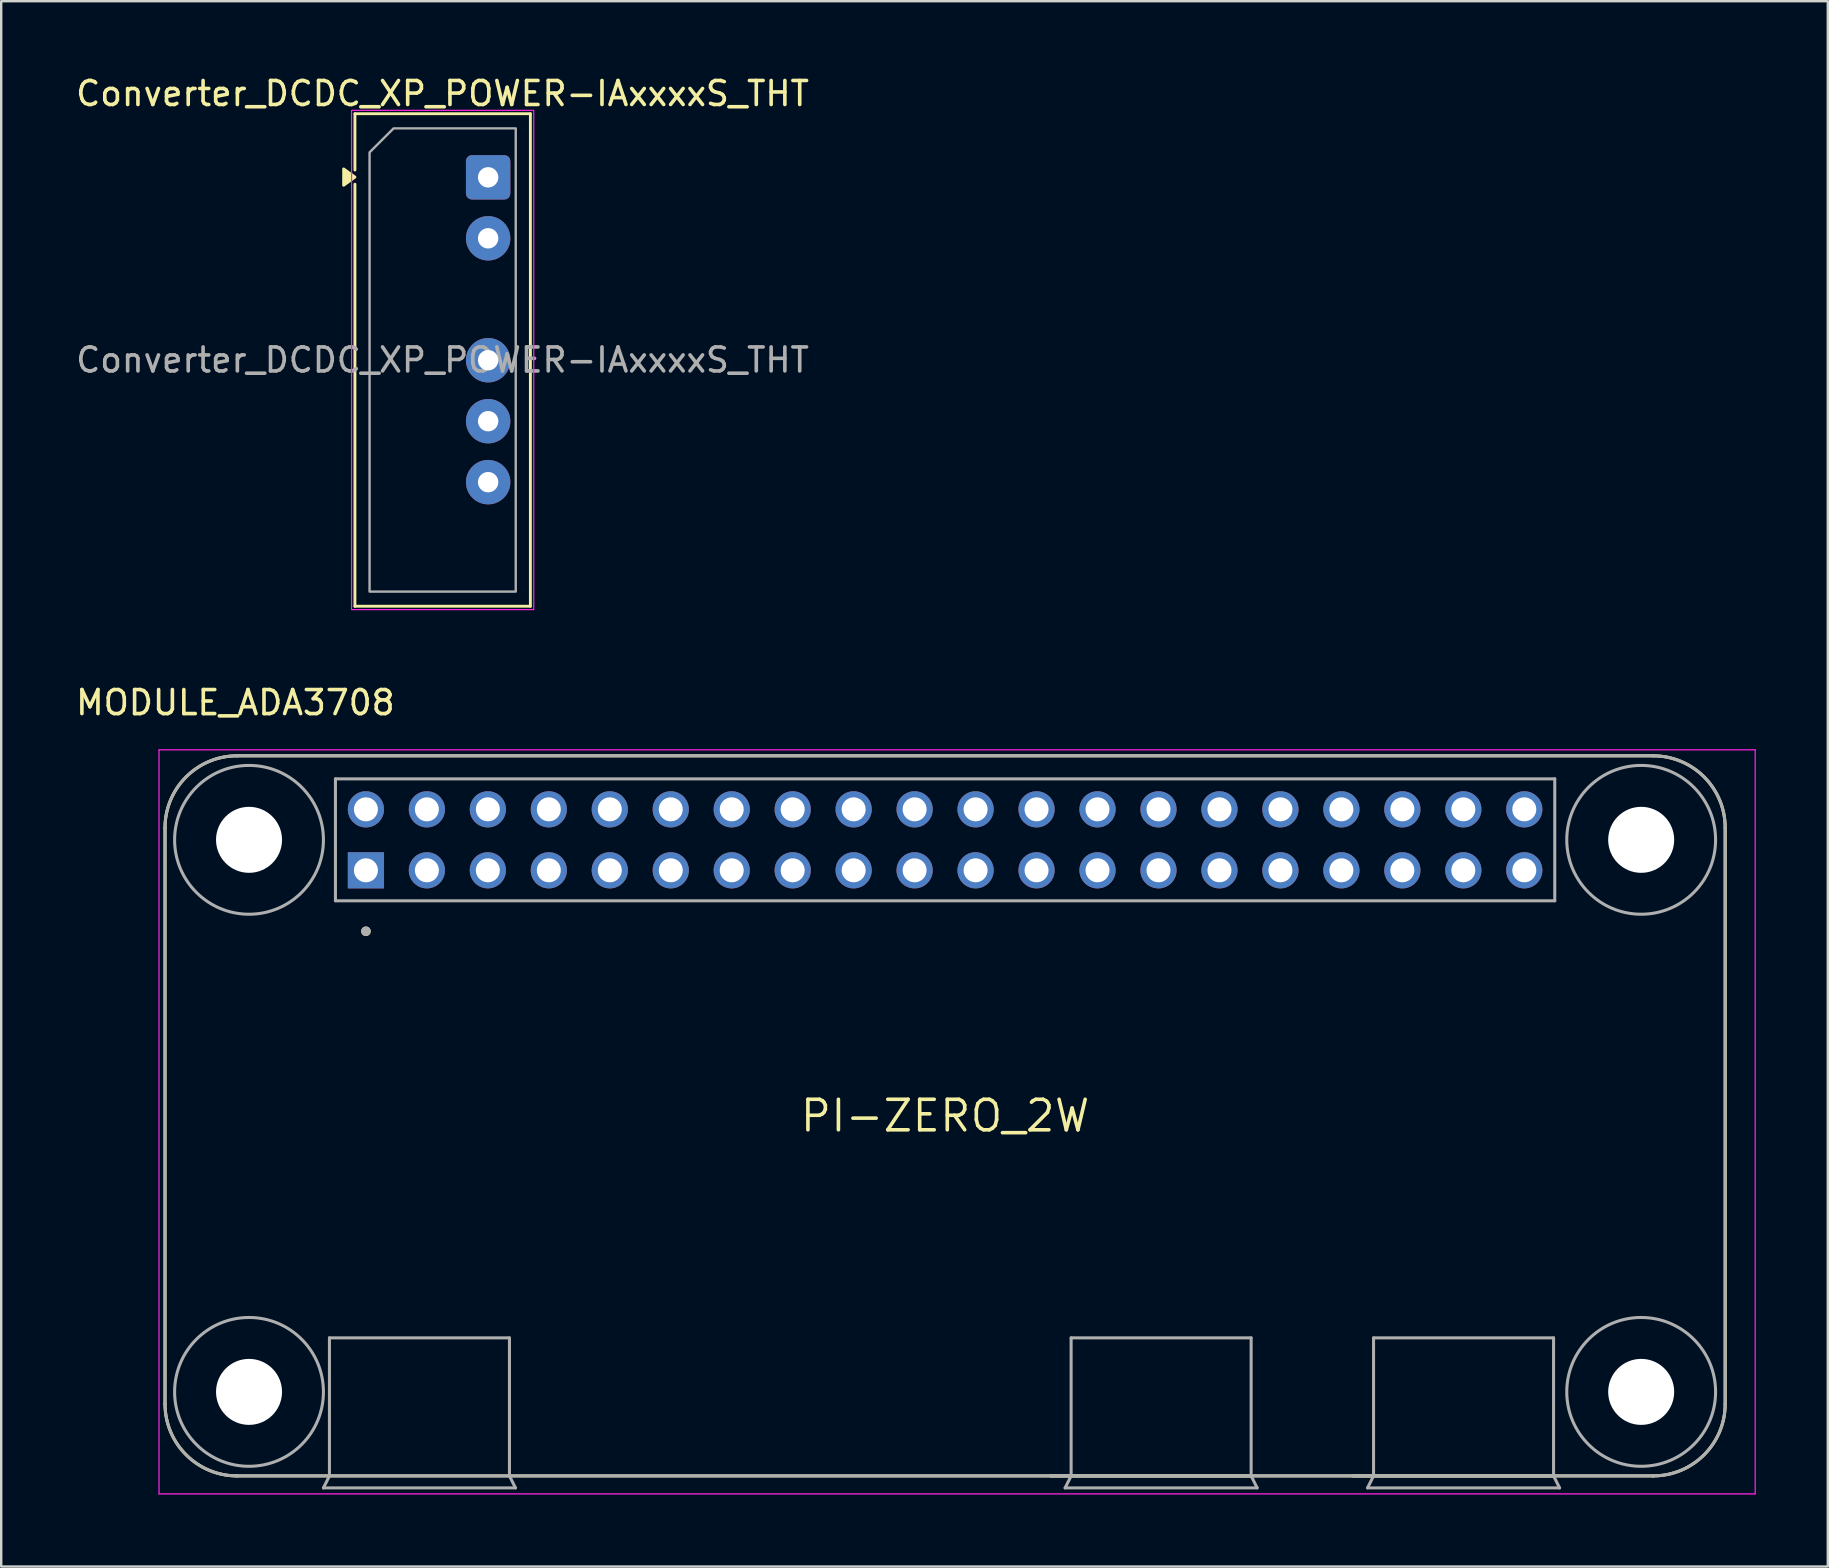
<source format=kicad_pcb>
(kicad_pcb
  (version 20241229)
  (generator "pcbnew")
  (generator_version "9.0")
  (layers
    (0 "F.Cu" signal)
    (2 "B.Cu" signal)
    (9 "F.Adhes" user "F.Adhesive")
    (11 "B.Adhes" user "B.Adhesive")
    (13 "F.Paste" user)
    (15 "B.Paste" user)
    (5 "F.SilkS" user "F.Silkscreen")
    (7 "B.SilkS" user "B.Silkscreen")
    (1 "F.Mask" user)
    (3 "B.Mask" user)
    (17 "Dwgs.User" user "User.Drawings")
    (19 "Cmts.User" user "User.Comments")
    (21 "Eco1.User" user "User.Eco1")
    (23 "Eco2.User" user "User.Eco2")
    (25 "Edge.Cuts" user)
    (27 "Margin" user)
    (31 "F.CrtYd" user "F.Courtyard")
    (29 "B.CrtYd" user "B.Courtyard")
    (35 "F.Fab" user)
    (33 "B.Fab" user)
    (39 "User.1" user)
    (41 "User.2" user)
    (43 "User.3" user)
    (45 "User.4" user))
  (footprint "Converter_DCDC_XP_POWER-IAxxxxS_THT"
    (layer "F.Cu")
    (at 17.037 4.328)
    (property "Reference" "Converter_DCDC_XP_POWER-IAxxxxS_THT" (at -1.65 -3.48 0) (layer "F.SilkS") (effects (font (size 1 1) (thickness 0.15))))
    (attr through_hole)
    (fp_line (start -5.3 -2.64) (end 2.01 -2.64) (stroke (width 0.12) (type solid)) (layer "F.SilkS"))
    (fp_line (start -5.3 -0.296) (end -5.3 -2.64) (stroke (width 0.12) (type solid)) (layer "F.SilkS"))
    (fp_line (start -5.3 17.88) (end -5.3 0.296) (stroke (width 0.12) (type solid)) (layer "F.SilkS"))
    (fp_line (start 2.01 -2.64) (end 2.01 17.88) (stroke (width 0.12) (type solid)) (layer "F.SilkS"))
    (fp_line (start 2.01 17.88) (end -5.3 17.88) (stroke (width 0.12) (type solid)) (layer "F.SilkS"))
    (fp_poly (pts (xy -5.3 0) (xy -5.77 0.34) (xy -5.77 -0.34)) (stroke (width 0.12) (type solid)) (fill yes) (layer "F.SilkS"))
    (fp_rect (start -5.44 -2.78) (end 2.15 18.02) (stroke (width 0.05) (type solid)) (fill no) (layer "F.CrtYd"))
    (fp_poly (pts (xy -4.69 -1.03) (xy -4.69 17.27) (xy 1.4 17.27) (xy 1.4 -2.03) (xy -3.69 -2.03)) (stroke (width 0.1) (type solid)) (fill no) (layer "F.Fab"))
    (fp_text user "${REFERENCE}" (at -1.65 7.62 0) (layer "F.Fab") (effects (font (size 1 1) (thickness 0.15))))
    (pad "1" thru_hole roundrect (at 0.25 0.01) (size 1.85 1.85) (drill 0.85) (layers "*.Cu" "*.Mask") (roundrect_rratio 0.135))
    (pad "2" thru_hole circle (at 0.25 2.55) (size 1.85 1.85) (drill 0.85) (layers "*.Cu" "*.Mask"))
    (pad "4" thru_hole circle (at 0.25 7.63) (size 1.85 1.85) (drill 0.85) (layers "*.Cu" "*.Mask"))
    (pad "5" thru_hole circle (at 0.25 10.17) (size 1.85 1.85) (drill 0.85) (layers "*.Cu" "*.Mask"))
    (pad "6" thru_hole circle (at 0.25 12.71) (size 1.85 1.85) (drill 0.85) (layers "*.Cu" "*.Mask")))
  (footprint "MODULE_ADA3708"
    (layer "F.Cu")
    (at 36.325 43.439)
    (property "Reference" "MODULE_ADA3708" (at -29.569 -17.216 0) (layer "F.SilkS") (effects (font (size 1.002 1.002) (thickness 0.15))))
    (property "Description" "PI-ZERO_2W" (at 0 0 0) (layer "F.SilkS") (effects (font (size 1.27 1.27) (thickness 0.15))))
    (attr through_hole)
    (fp_line (start -32.5 -12) (end -32.5 12) (stroke (width 0.127) (type solid)) (layer "F.SilkS"))
    (fp_line (start -29.5 15) (end 29.5 15) (stroke (width 0.127) (type solid)) (layer "F.SilkS"))
    (fp_line (start 4.4 15) (end 12.75 15) (stroke (width 0.127) (type solid)) (layer "F.SilkS"))
    (fp_line (start 17 15) (end 25.35 15) (stroke (width 0.127) (type solid)) (layer "F.SilkS"))
    (fp_line (start 29.5 -15) (end -29.5 -15) (stroke (width 0.127) (type solid)) (layer "F.SilkS"))
    (fp_line (start 32.5 12) (end 32.5 -12) (stroke (width 0.127) (type solid)) (layer "F.SilkS"))
    (fp_arc (start -32.5 -12) (mid -31.62132 -14.12132) (end -29.5 -15) (stroke (width 0.127) (type solid)) (layer "F.SilkS"))
    (fp_arc (start -29.5 15) (mid -31.62132 14.12132) (end -32.5 12) (stroke (width 0.127) (type solid)) (layer "F.SilkS"))
    (fp_arc (start 29.5 -15) (mid 31.62132 -14.12132) (end 32.5 -12) (stroke (width 0.127) (type solid)) (layer "F.SilkS"))
    (fp_arc (start 32.5 12) (mid 31.62132 14.12132) (end 29.5 15) (stroke (width 0.127) (type solid)) (layer "F.SilkS"))
    (fp_circle (center -24.13 -7.69) (end -24.03 -7.69) (stroke (width 0.2) (type solid)) (fill no) (layer "F.SilkS"))
    (fp_line (start -32.75 -15.25) (end 33.75 -15.25) (stroke (width 0.05) (type solid)) (layer "F.CrtYd"))
    (fp_line (start -32.75 15.75) (end -32.75 -15.25) (stroke (width 0.05) (type solid)) (layer "F.CrtYd"))
    (fp_line (start 33.75 -15.25) (end 33.75 15.75) (stroke (width 0.05) (type solid)) (layer "F.CrtYd"))
    (fp_line (start 33.75 15.75) (end -32.75 15.75) (stroke (width 0.05) (type solid)) (layer "F.CrtYd"))
    (fp_line (start -32.5 -12) (end -32.5 12) (stroke (width 0.127) (type solid)) (layer "F.Fab"))
    (fp_line (start -29.5 15) (end -25.65 15) (stroke (width 0.127) (type solid)) (layer "F.Fab"))
    (fp_line (start -25.9 15.5) (end -17.9 15.5) (stroke (width 0.127) (type solid)) (layer "F.Fab"))
    (fp_line (start -25.65 9.25) (end -18.15 9.25) (stroke (width 0.127) (type solid)) (layer "F.Fab"))
    (fp_line (start -25.65 15) (end -25.9 15.5) (stroke (width 0.127) (type solid)) (layer "F.Fab"))
    (fp_line (start -25.65 15) (end -25.65 9.25) (stroke (width 0.127) (type solid)) (layer "F.Fab"))
    (fp_line (start -25.65 15) (end -18.15 15) (stroke (width 0.127) (type solid)) (layer "F.Fab"))
    (fp_line (start -25.4 -14.04) (end -25.4 -8.96) (stroke (width 0.127) (type solid)) (layer "F.Fab"))
    (fp_line (start -25.4 -8.96) (end 25.4 -8.96) (stroke (width 0.127) (type solid)) (layer "F.Fab"))
    (fp_line (start -18.15 9.25) (end -18.15 15) (stroke (width 0.127) (type solid)) (layer "F.Fab"))
    (fp_line (start -18.15 15) (end 29.5 15) (stroke (width 0.127) (type solid)) (layer "F.Fab"))
    (fp_line (start -17.9 15.5) (end -18.15 15) (stroke (width 0.127) (type solid)) (layer "F.Fab"))
    (fp_line (start 4.4 15) (end 5.25 15) (stroke (width 0.127) (type solid)) (layer "F.Fab"))
    (fp_line (start 5 15.5) (end 13 15.5) (stroke (width 0.127) (type solid)) (layer "F.Fab"))
    (fp_line (start 5.25 9.25) (end 12.75 9.25) (stroke (width 0.127) (type solid)) (layer "F.Fab"))
    (fp_line (start 5.25 15) (end 5 15.5) (stroke (width 0.127) (type solid)) (layer "F.Fab"))
    (fp_line (start 5.25 15) (end 5.25 9.25) (stroke (width 0.127) (type solid)) (layer "F.Fab"))
    (fp_line (start 5.25 15) (end 12.75 15) (stroke (width 0.127) (type solid)) (layer "F.Fab"))
    (fp_line (start 12.75 9.25) (end 12.75 15) (stroke (width 0.127) (type solid)) (layer "F.Fab"))
    (fp_line (start 13 15.5) (end 12.75 15) (stroke (width 0.127) (type solid)) (layer "F.Fab"))
    (fp_line (start 17 15) (end 17.85 15) (stroke (width 0.127) (type solid)) (layer "F.Fab"))
    (fp_line (start 17.6 15.5) (end 25.6 15.5) (stroke (width 0.127) (type solid)) (layer "F.Fab"))
    (fp_line (start 17.85 9.25) (end 25.35 9.25) (stroke (width 0.127) (type solid)) (layer "F.Fab"))
    (fp_line (start 17.85 15) (end 17.6 15.5) (stroke (width 0.127) (type solid)) (layer "F.Fab"))
    (fp_line (start 17.85 15) (end 17.85 9.25) (stroke (width 0.127) (type solid)) (layer "F.Fab"))
    (fp_line (start 17.85 15) (end 25.35 15) (stroke (width 0.127) (type solid)) (layer "F.Fab"))
    (fp_line (start 25.35 9.25) (end 25.35 15) (stroke (width 0.127) (type solid)) (layer "F.Fab"))
    (fp_line (start 25.4 -14.04) (end -25.4 -14.04) (stroke (width 0.127) (type solid)) (layer "F.Fab"))
    (fp_line (start 25.4 -8.96) (end 25.4 -14.04) (stroke (width 0.127) (type solid)) (layer "F.Fab"))
    (fp_line (start 25.6 15.5) (end 25.35 15) (stroke (width 0.127) (type solid)) (layer "F.Fab"))
    (fp_line (start 29.5 -15) (end -29.5 -15) (stroke (width 0.127) (type solid)) (layer "F.Fab"))
    (fp_line (start 32.5 12) (end 32.5 -12) (stroke (width 0.127) (type solid)) (layer "F.Fab"))
    (fp_arc (start -32.5 -12) (mid -31.62132 -14.12132) (end -29.5 -15) (stroke (width 0.127) (type solid)) (layer "F.Fab"))
    (fp_arc (start -29.5 15) (mid -31.62132 14.12132) (end -32.5 12) (stroke (width 0.127) (type solid)) (layer "F.Fab"))
    (fp_arc (start 29.5 -15) (mid 31.62132 -14.12132) (end 32.5 -12) (stroke (width 0.127) (type solid)) (layer "F.Fab"))
    (fp_arc (start 32.5 12) (mid 31.62132 14.12132) (end 29.5 15) (stroke (width 0.127) (type solid)) (layer "F.Fab"))
    (fp_circle (center -29 -11.5) (end -25.9 -11.5) (stroke (width 0.127) (type solid)) (fill no) (layer "F.Fab"))
    (fp_circle (center -29 11.5) (end -25.9 11.5) (stroke (width 0.127) (type solid)) (fill no) (layer "F.Fab"))
    (fp_circle (center -24.13 -7.69) (end -24.03 -7.69) (stroke (width 0.2) (type solid)) (fill no) (layer "F.Fab"))
    (fp_circle (center 29 -11.5) (end 32.1 -11.5) (stroke (width 0.127) (type solid)) (fill no) (layer "F.Fab"))
    (fp_circle (center 29 11.5) (end 32.1 11.5) (stroke (width 0.127) (type solid)) (fill no) (layer "F.Fab"))
    (pad "" np_thru_hole circle (at -29 -11.5) (size 2.75 2.75) (drill 2.75) (layers "*.Cu" "*.Mask"))
    (pad "" np_thru_hole circle (at -29 11.5) (size 2.75 2.75) (drill 2.75) (layers "*.Cu" "*.Mask"))
    (pad "" np_thru_hole circle (at 29 -11.5) (size 2.75 2.75) (drill 2.75) (layers "*.Cu" "*.Mask"))
    (pad "" np_thru_hole circle (at 29 11.5) (size 2.75 2.75) (drill 2.75) (layers "*.Cu" "*.Mask"))
    (pad "1" thru_hole rect (at -24.13 -10.23) (size 1.508 1.508) (drill 1) (layers "*.Cu" "*.Mask"))
    (pad "2" thru_hole circle (at -24.13 -12.77) (size 1.508 1.508) (drill 1) (layers "*.Cu" "*.Mask"))
    (pad "3" thru_hole circle (at -21.59 -10.23) (size 1.508 1.508) (drill 1) (layers "*.Cu" "*.Mask"))
    (pad "4" thru_hole circle (at -21.59 -12.77) (size 1.508 1.508) (drill 1) (layers "*.Cu" "*.Mask"))
    (pad "5" thru_hole circle (at -19.05 -10.23) (size 1.508 1.508) (drill 1) (layers "*.Cu" "*.Mask"))
    (pad "6" thru_hole circle (at -19.05 -12.77) (size 1.508 1.508) (drill 1) (layers "*.Cu" "*.Mask"))
    (pad "7" thru_hole circle (at -16.51 -10.23) (size 1.508 1.508) (drill 1) (layers "*.Cu" "*.Mask"))
    (pad "8" thru_hole circle (at -16.51 -12.77) (size 1.508 1.508) (drill 1) (layers "*.Cu" "*.Mask"))
    (pad "9" thru_hole circle (at -13.97 -10.23) (size 1.508 1.508) (drill 1) (layers "*.Cu" "*.Mask"))
    (pad "10" thru_hole circle (at -13.97 -12.77) (size 1.508 1.508) (drill 1) (layers "*.Cu" "*.Mask"))
    (pad "11" thru_hole circle (at -11.43 -10.23) (size 1.508 1.508) (drill 1) (layers "*.Cu" "*.Mask"))
    (pad "12" thru_hole circle (at -11.43 -12.77) (size 1.508 1.508) (drill 1) (layers "*.Cu" "*.Mask"))
    (pad "13" thru_hole circle (at -8.89 -10.23) (size 1.508 1.508) (drill 1) (layers "*.Cu" "*.Mask"))
    (pad "14" thru_hole circle (at -8.89 -12.77) (size 1.508 1.508) (drill 1) (layers "*.Cu" "*.Mask"))
    (pad "15" thru_hole circle (at -6.35 -10.23) (size 1.508 1.508) (drill 1) (layers "*.Cu" "*.Mask"))
    (pad "16" thru_hole circle (at -6.35 -12.77) (size 1.508 1.508) (drill 1) (layers "*.Cu" "*.Mask"))
    (pad "17" thru_hole circle (at -3.81 -10.23) (size 1.508 1.508) (drill 1) (layers "*.Cu" "*.Mask"))
    (pad "18" thru_hole circle (at -3.81 -12.77) (size 1.508 1.508) (drill 1) (layers "*.Cu" "*.Mask"))
    (pad "19" thru_hole circle (at -1.27 -10.23) (size 1.508 1.508) (drill 1) (layers "*.Cu" "*.Mask"))
    (pad "20" thru_hole circle (at -1.27 -12.77) (size 1.508 1.508) (drill 1) (layers "*.Cu" "*.Mask"))
    (pad "21" thru_hole circle (at 1.27 -10.23) (size 1.508 1.508) (drill 1) (layers "*.Cu" "*.Mask"))
    (pad "22" thru_hole circle (at 1.27 -12.77) (size 1.508 1.508) (drill 1) (layers "*.Cu" "*.Mask"))
    (pad "23" thru_hole circle (at 3.81 -10.23) (size 1.508 1.508) (drill 1) (layers "*.Cu" "*.Mask"))
    (pad "24" thru_hole circle (at 3.81 -12.77) (size 1.508 1.508) (drill 1) (layers "*.Cu" "*.Mask"))
    (pad "25" thru_hole circle (at 6.35 -10.23) (size 1.508 1.508) (drill 1) (layers "*.Cu" "*.Mask"))
    (pad "26" thru_hole circle (at 6.35 -12.77) (size 1.508 1.508) (drill 1) (layers "*.Cu" "*.Mask"))
    (pad "27" thru_hole circle (at 8.89 -10.23) (size 1.508 1.508) (drill 1) (layers "*.Cu" "*.Mask"))
    (pad "28" thru_hole circle (at 8.89 -12.77) (size 1.508 1.508) (drill 1) (layers "*.Cu" "*.Mask"))
    (pad "29" thru_hole circle (at 11.43 -10.23) (size 1.508 1.508) (drill 1) (layers "*.Cu" "*.Mask"))
    (pad "30" thru_hole circle (at 11.43 -12.77) (size 1.508 1.508) (drill 1) (layers "*.Cu" "*.Mask"))
    (pad "31" thru_hole circle (at 13.97 -10.23) (size 1.508 1.508) (drill 1) (layers "*.Cu" "*.Mask"))
    (pad "32" thru_hole circle (at 13.97 -12.77) (size 1.508 1.508) (drill 1) (layers "*.Cu" "*.Mask"))
    (pad "33" thru_hole circle (at 16.51 -10.23) (size 1.508 1.508) (drill 1) (layers "*.Cu" "*.Mask"))
    (pad "34" thru_hole circle (at 16.51 -12.77) (size 1.508 1.508) (drill 1) (layers "*.Cu" "*.Mask"))
    (pad "35" thru_hole circle (at 19.05 -10.23) (size 1.508 1.508) (drill 1) (layers "*.Cu" "*.Mask"))
    (pad "36" thru_hole circle (at 19.05 -12.77) (size 1.508 1.508) (drill 1) (layers "*.Cu" "*.Mask"))
    (pad "37" thru_hole circle (at 21.59 -10.23) (size 1.508 1.508) (drill 1) (layers "*.Cu" "*.Mask"))
    (pad "38" thru_hole circle (at 21.59 -12.77) (size 1.508 1.508) (drill 1) (layers "*.Cu" "*.Mask"))
    (pad "39" thru_hole circle (at 24.13 -10.23) (size 1.508 1.508) (drill 1) (layers "*.Cu" "*.Mask"))
    (pad "40" thru_hole circle (at 24.13 -12.77) (size 1.508 1.508) (drill 1) (layers "*.Cu" "*.Mask")))
  (gr_rect
    (start -3 -3)
    (end 73.1 62.214)
    (stroke (width 0.1) (type default))
    (fill no)
    (layer "Edge.Cuts")))
</source>
